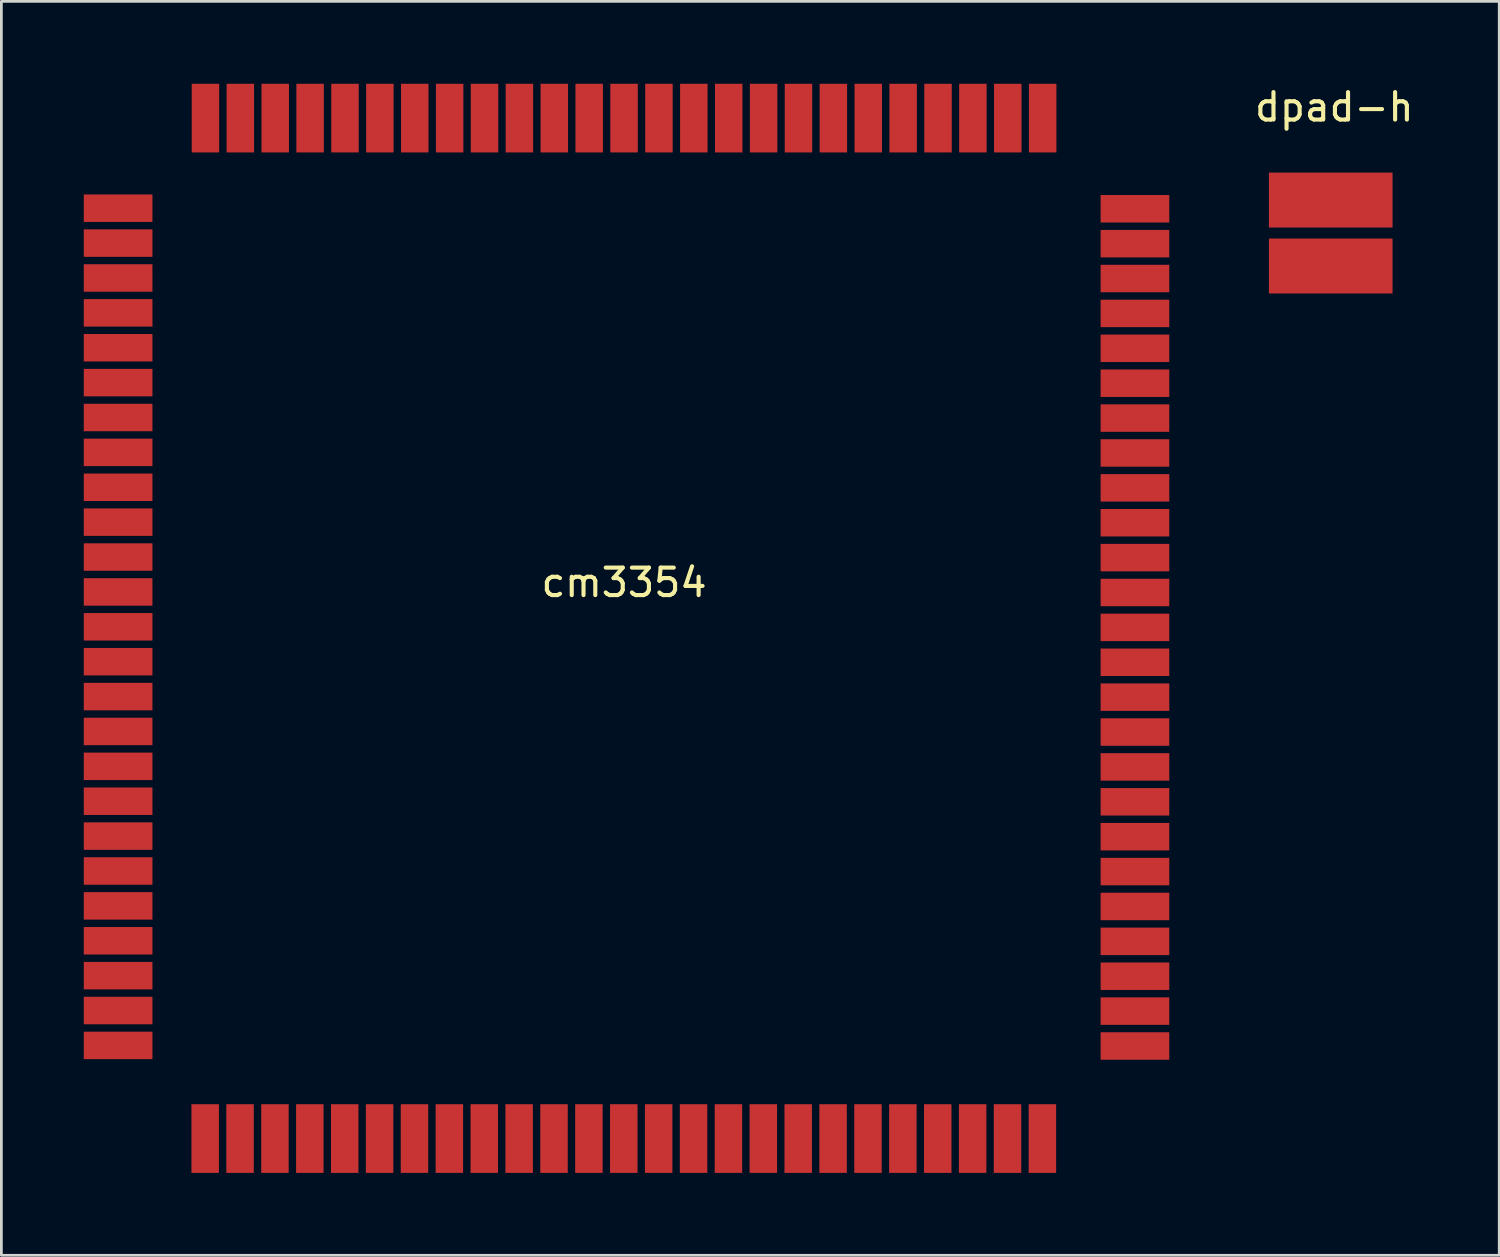
<source format=kicad_pcb>
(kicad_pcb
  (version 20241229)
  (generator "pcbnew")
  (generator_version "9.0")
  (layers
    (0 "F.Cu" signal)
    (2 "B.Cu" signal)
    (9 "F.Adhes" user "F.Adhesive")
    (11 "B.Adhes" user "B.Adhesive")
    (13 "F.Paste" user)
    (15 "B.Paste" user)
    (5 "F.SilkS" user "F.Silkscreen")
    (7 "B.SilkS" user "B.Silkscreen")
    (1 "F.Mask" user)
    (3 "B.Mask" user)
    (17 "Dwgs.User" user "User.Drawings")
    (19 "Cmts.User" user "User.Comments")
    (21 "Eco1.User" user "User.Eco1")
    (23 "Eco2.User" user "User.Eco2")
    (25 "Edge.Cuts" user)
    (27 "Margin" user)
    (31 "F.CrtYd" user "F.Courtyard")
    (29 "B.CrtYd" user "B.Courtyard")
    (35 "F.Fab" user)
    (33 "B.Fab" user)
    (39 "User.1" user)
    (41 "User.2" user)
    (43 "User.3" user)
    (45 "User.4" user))
  (footprint "cm3354"
    (layer "F.Cu")
    (at 19.67 19.43)
    (property "Reference" "cm3354" (at 0 -1.27 0) (layer "F.SilkS") (effects (font (size 1 1) (thickness 0.15))))
    (attr through_hole)
    (fp_line (start -16.891 -16.668) (end -16.891 17.241) (stroke (width 0.15) (type solid)) (layer "Eco2.User"))
    (fp_line (start -16.891 -16.668) (end 17.018 -16.668) (stroke (width 0.15) (type solid)) (layer "Eco2.User"))
    (fp_line (start -16.891 17.369) (end 17.018 17.369) (stroke (width 0.15) (type solid)) (layer "Eco2.User"))
    (fp_line (start 17.018 -16.668) (end 17.018 17.241) (stroke (width 0.15) (type solid)) (layer "Eco2.User"))
    (pad "1" smd rect (at 15.24 -18.18) (size 1 2.5) (layers "F.Cu" "F.Mask" "F.Paste"))
    (pad "2" smd rect (at 13.97 -18.18) (size 1 2.5) (layers "F.Cu" "F.Mask" "F.Paste"))
    (pad "3" smd rect (at 12.7 -18.18) (size 1 2.5) (layers "F.Cu" "F.Mask" "F.Paste"))
    (pad "4" smd rect (at 11.43 -18.18) (size 1 2.5) (layers "F.Cu" "F.Mask" "F.Paste"))
    (pad "5" smd rect (at 10.16 -18.18) (size 1 2.5) (layers "F.Cu" "F.Mask" "F.Paste"))
    (pad "6" smd rect (at 8.89 -18.18) (size 1 2.5) (layers "F.Cu" "F.Mask" "F.Paste"))
    (pad "7" smd rect (at 7.62 -18.18) (size 1 2.5) (layers "F.Cu" "F.Mask" "F.Paste"))
    (pad "8" smd rect (at 6.35 -18.18) (size 1 2.5) (layers "F.Cu" "F.Mask" "F.Paste"))
    (pad "9" smd rect (at 5.08 -18.18) (size 1 2.5) (layers "F.Cu" "F.Mask" "F.Paste"))
    (pad "10" smd rect (at 3.81 -18.18) (size 1 2.5) (layers "F.Cu" "F.Mask" "F.Paste"))
    (pad "11" smd rect (at 2.54 -18.18) (size 1 2.5) (layers "F.Cu" "F.Mask" "F.Paste"))
    (pad "12" smd rect (at 1.27 -18.18) (size 1 2.5) (layers "F.Cu" "F.Mask" "F.Paste"))
    (pad "13" smd rect (at 0 -18.18) (size 1 2.5) (layers "F.Cu" "F.Mask" "F.Paste"))
    (pad "14" smd rect (at -1.27 -18.18) (size 1 2.5) (layers "F.Cu" "F.Mask" "F.Paste"))
    (pad "15" smd rect (at -2.54 -18.18) (size 1 2.5) (layers "F.Cu" "F.Mask" "F.Paste"))
    (pad "16" smd rect (at -3.81 -18.18) (size 1 2.5) (layers "F.Cu" "F.Mask" "F.Paste"))
    (pad "17" smd rect (at -5.08 -18.18) (size 1 2.5) (layers "F.Cu" "F.Mask" "F.Paste"))
    (pad "18" smd rect (at -6.35 -18.18) (size 1 2.5) (layers "F.Cu" "F.Mask" "F.Paste"))
    (pad "19" smd rect (at -7.62 -18.18) (size 1 2.5) (layers "F.Cu" "F.Mask" "F.Paste"))
    (pad "20" smd rect (at -8.89 -18.18) (size 1 2.5) (layers "F.Cu" "F.Mask" "F.Paste"))
    (pad "21" smd rect (at -10.16 -18.18) (size 1 2.5) (layers "F.Cu" "F.Mask" "F.Paste"))
    (pad "22" smd rect (at -11.43 -18.18) (size 1 2.5) (layers "F.Cu" "F.Mask" "F.Paste"))
    (pad "23" smd rect (at -12.7 -18.18) (size 1 2.5) (layers "F.Cu" "F.Mask" "F.Paste"))
    (pad "24" smd rect (at -13.97 -18.18) (size 1 2.5) (layers "F.Cu" "F.Mask" "F.Paste"))
    (pad "25" smd rect (at -15.24 -18.18) (size 1 2.5) (layers "F.Cu" "F.Mask" "F.Paste"))
    (pad "26" smd rect (at -18.42 -14.9 270) (size 1 2.5) (layers "F.Cu" "F.Mask" "F.Paste"))
    (pad "27" smd rect (at -18.42 -13.63 270) (size 1 2.5) (layers "F.Cu" "F.Mask" "F.Paste"))
    (pad "28" smd rect (at -18.42 -12.36 270) (size 1 2.5) (layers "F.Cu" "F.Mask" "F.Paste"))
    (pad "29" smd rect (at -18.42 -11.09 270) (size 1 2.5) (layers "F.Cu" "F.Mask" "F.Paste"))
    (pad "30" smd rect (at -18.42 -9.82 270) (size 1 2.5) (layers "F.Cu" "F.Mask" "F.Paste"))
    (pad "31" smd rect (at -18.42 -8.55 270) (size 1 2.5) (layers "F.Cu" "F.Mask" "F.Paste"))
    (pad "32" smd rect (at -18.42 -7.28 270) (size 1 2.5) (layers "F.Cu" "F.Mask" "F.Paste"))
    (pad "33" smd rect (at -18.42 -6.01 270) (size 1 2.5) (layers "F.Cu" "F.Mask" "F.Paste"))
    (pad "34" smd rect (at -18.42 -4.74 270) (size 1 2.5) (layers "F.Cu" "F.Mask" "F.Paste"))
    (pad "35" smd rect (at -18.42 -3.47 270) (size 1 2.5) (layers "F.Cu" "F.Mask" "F.Paste"))
    (pad "36" smd rect (at -18.42 -2.2 270) (size 1 2.5) (layers "F.Cu" "F.Mask" "F.Paste"))
    (pad "37" smd rect (at -18.42 -0.93 270) (size 1 2.5) (layers "F.Cu" "F.Mask" "F.Paste"))
    (pad "38" smd rect (at -18.42 0.34 270) (size 1 2.5) (layers "F.Cu" "F.Mask" "F.Paste"))
    (pad "39" smd rect (at -18.42 1.61 270) (size 1 2.5) (layers "F.Cu" "F.Mask" "F.Paste"))
    (pad "40" smd rect (at -18.42 2.88 270) (size 1 2.5) (layers "F.Cu" "F.Mask" "F.Paste"))
    (pad "41" smd rect (at -18.42 4.15 270) (size 1 2.5) (layers "F.Cu" "F.Mask" "F.Paste"))
    (pad "42" smd rect (at -18.42 5.42 270) (size 1 2.5) (layers "F.Cu" "F.Mask" "F.Paste"))
    (pad "43" smd rect (at -18.42 6.69 270) (size 1 2.5) (layers "F.Cu" "F.Mask" "F.Paste"))
    (pad "44" smd rect (at -18.42 7.96 270) (size 1 2.5) (layers "F.Cu" "F.Mask" "F.Paste"))
    (pad "45" smd rect (at -18.42 9.23 270) (size 1 2.5) (layers "F.Cu" "F.Mask" "F.Paste"))
    (pad "46" smd rect (at -18.42 10.5 270) (size 1 2.5) (layers "F.Cu" "F.Mask" "F.Paste"))
    (pad "47" smd rect (at -18.42 11.77 270) (size 1 2.5) (layers "F.Cu" "F.Mask" "F.Paste"))
    (pad "48" smd rect (at -18.42 13.04 270) (size 1 2.5) (layers "F.Cu" "F.Mask" "F.Paste"))
    (pad "49" smd rect (at -18.42 14.31 270) (size 1 2.5) (layers "F.Cu" "F.Mask" "F.Paste"))
    (pad "50" smd rect (at -18.42 15.58 270) (size 1 2.5) (layers "F.Cu" "F.Mask" "F.Paste"))
    (pad "51" smd rect (at -15.25 18.971) (size 1 2.5) (layers "F.Cu" "F.Mask" "F.Paste"))
    (pad "52" smd rect (at -13.98 18.971) (size 1 2.5) (layers "F.Cu" "F.Mask" "F.Paste"))
    (pad "53" smd rect (at -12.71 18.971) (size 1 2.5) (layers "F.Cu" "F.Mask" "F.Paste"))
    (pad "54" smd rect (at -11.44 18.971) (size 1 2.5) (layers "F.Cu" "F.Mask" "F.Paste"))
    (pad "55" smd rect (at -10.17 18.971) (size 1 2.5) (layers "F.Cu" "F.Mask" "F.Paste"))
    (pad "56" smd rect (at -8.9 18.971) (size 1 2.5) (layers "F.Cu" "F.Mask" "F.Paste"))
    (pad "57" smd rect (at -7.63 18.971) (size 1 2.5) (layers "F.Cu" "F.Mask" "F.Paste"))
    (pad "58" smd rect (at -6.36 18.971) (size 1 2.5) (layers "F.Cu" "F.Mask" "F.Paste"))
    (pad "59" smd rect (at -5.09 18.971) (size 1 2.5) (layers "F.Cu" "F.Mask" "F.Paste"))
    (pad "60" smd rect (at -3.82 18.971) (size 1 2.5) (layers "F.Cu" "F.Mask" "F.Paste"))
    (pad "61" smd rect (at -2.55 18.971) (size 1 2.5) (layers "F.Cu" "F.Mask" "F.Paste"))
    (pad "62" smd rect (at -1.28 18.971) (size 1 2.5) (layers "F.Cu" "F.Mask" "F.Paste"))
    (pad "63" smd rect (at -0.01 18.971) (size 1 2.5) (layers "F.Cu" "F.Mask" "F.Paste"))
    (pad "64" smd rect (at 1.26 18.971) (size 1 2.5) (layers "F.Cu" "F.Mask" "F.Paste"))
    (pad "65" smd rect (at 2.53 18.971) (size 1 2.5) (layers "F.Cu" "F.Mask" "F.Paste"))
    (pad "66" smd rect (at 3.8 18.971) (size 1 2.5) (layers "F.Cu" "F.Mask" "F.Paste"))
    (pad "67" smd rect (at 5.07 18.971) (size 1 2.5) (layers "F.Cu" "F.Mask" "F.Paste"))
    (pad "68" smd rect (at 6.34 18.971) (size 1 2.5) (layers "F.Cu" "F.Mask" "F.Paste"))
    (pad "69" smd rect (at 7.61 18.971) (size 1 2.5) (layers "F.Cu" "F.Mask" "F.Paste"))
    (pad "70" smd rect (at 8.88 18.971) (size 1 2.5) (layers "F.Cu" "F.Mask" "F.Paste"))
    (pad "71" smd rect (at 10.15 18.971) (size 1 2.5) (layers "F.Cu" "F.Mask" "F.Paste"))
    (pad "72" smd rect (at 11.42 18.971) (size 1 2.5) (layers "F.Cu" "F.Mask" "F.Paste"))
    (pad "73" smd rect (at 12.69 18.971) (size 1 2.5) (layers "F.Cu" "F.Mask" "F.Paste"))
    (pad "74" smd rect (at 13.96 18.971) (size 1 2.5) (layers "F.Cu" "F.Mask" "F.Paste"))
    (pad "75" smd rect (at 15.23 18.971) (size 1 2.5) (layers "F.Cu" "F.Mask" "F.Paste"))
    (pad "76" smd rect (at 18.6 15.601 90) (size 1 2.5) (layers "F.Cu" "F.Mask" "F.Paste"))
    (pad "77" smd rect (at 18.6 14.331 90) (size 1 2.5) (layers "F.Cu" "F.Mask" "F.Paste"))
    (pad "78" smd rect (at 18.6 13.061 90) (size 1 2.5) (layers "F.Cu" "F.Mask" "F.Paste"))
    (pad "79" smd rect (at 18.6 11.791 90) (size 1 2.5) (layers "F.Cu" "F.Mask" "F.Paste"))
    (pad "80" smd rect (at 18.6 10.521 90) (size 1 2.5) (layers "F.Cu" "F.Mask" "F.Paste"))
    (pad "81" smd rect (at 18.6 9.251 90) (size 1 2.5) (layers "F.Cu" "F.Mask" "F.Paste"))
    (pad "82" smd rect (at 18.6 7.981 90) (size 1 2.5) (layers "F.Cu" "F.Mask" "F.Paste"))
    (pad "83" smd rect (at 18.6 6.711 90) (size 1 2.5) (layers "F.Cu" "F.Mask" "F.Paste"))
    (pad "84" smd rect (at 18.6 5.441 90) (size 1 2.5) (layers "F.Cu" "F.Mask" "F.Paste"))
    (pad "85" smd rect (at 18.6 4.171 90) (size 1 2.5) (layers "F.Cu" "F.Mask" "F.Paste"))
    (pad "86" smd rect (at 18.6 2.901 90) (size 1 2.5) (layers "F.Cu" "F.Mask" "F.Paste"))
    (pad "87" smd rect (at 18.6 1.631 90) (size 1 2.5) (layers "F.Cu" "F.Mask" "F.Paste"))
    (pad "88" smd rect (at 18.6 0.361 90) (size 1 2.5) (layers "F.Cu" "F.Mask" "F.Paste"))
    (pad "89" smd rect (at 18.6 -0.909 90) (size 1 2.5) (layers "F.Cu" "F.Mask" "F.Paste"))
    (pad "90" smd rect (at 18.6 -2.179 90) (size 1 2.5) (layers "F.Cu" "F.Mask" "F.Paste"))
    (pad "91" smd rect (at 18.6 -3.449 90) (size 1 2.5) (layers "F.Cu" "F.Mask" "F.Paste"))
    (pad "92" smd rect (at 18.6 -4.719 90) (size 1 2.5) (layers "F.Cu" "F.Mask" "F.Paste"))
    (pad "93" smd rect (at 18.6 -5.989 90) (size 1 2.5) (layers "F.Cu" "F.Mask" "F.Paste"))
    (pad "94" smd rect (at 18.6 -7.259 90) (size 1 2.5) (layers "F.Cu" "F.Mask" "F.Paste"))
    (pad "95" smd rect (at 18.6 -8.529 90) (size 1 2.5) (layers "F.Cu" "F.Mask" "F.Paste"))
    (pad "96" smd rect (at 18.6 -9.799 90) (size 1 2.5) (layers "F.Cu" "F.Mask" "F.Paste"))
    (pad "97" smd rect (at 18.6 -11.069 90) (size 1 2.5) (layers "F.Cu" "F.Mask" "F.Paste"))
    (pad "98" smd rect (at 18.6 -12.339 90) (size 1 2.5) (layers "F.Cu" "F.Mask" "F.Paste"))
    (pad "99" smd rect (at 18.6 -13.609 90) (size 1 2.5) (layers "F.Cu" "F.Mask" "F.Paste"))
    (pad "100" smd rect (at 18.6 -14.879 90) (size 1 2.5) (layers "F.Cu" "F.Mask" "F.Paste")))
  (footprint "dpad-h"
    (layer "F.Cu")
    (at 45.398 5.434)
    (property "Reference" "dpad-h" (at 0.129 -4.586 0) (layer "F.SilkS") (effects (font (size 1 1) (thickness 0.15))))
    (attr through_hole)
    (pad "1" smd rect (at 0 1.2) (size 4.5 2) (layers "F.Cu" "F.Mask" "F.Paste"))
    (pad "2" smd rect (at 0 -1.2) (size 4.5 2) (layers "F.Cu" "F.Mask" "F.Paste")))
  (gr_rect
    (start -3 -3)
    (end 51.532 42.651)
    (stroke (width 0.1) (type default))
    (fill no)
    (layer "Edge.Cuts")))
</source>
